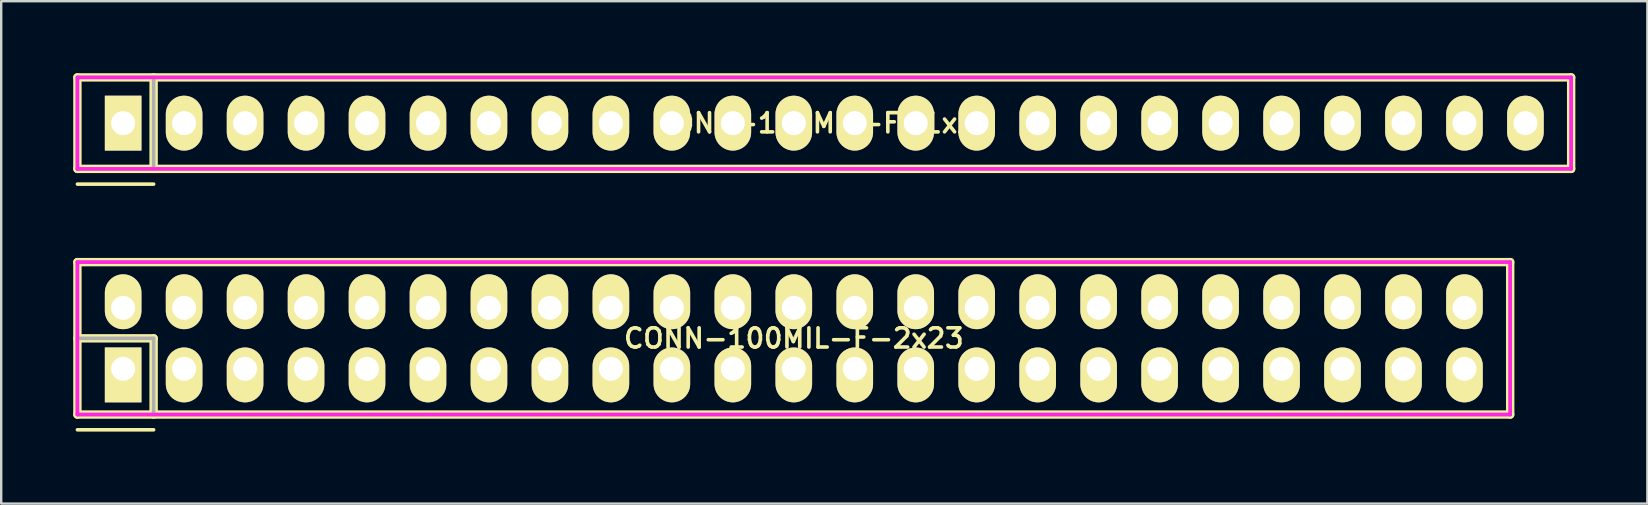
<source format=kicad_pcb>
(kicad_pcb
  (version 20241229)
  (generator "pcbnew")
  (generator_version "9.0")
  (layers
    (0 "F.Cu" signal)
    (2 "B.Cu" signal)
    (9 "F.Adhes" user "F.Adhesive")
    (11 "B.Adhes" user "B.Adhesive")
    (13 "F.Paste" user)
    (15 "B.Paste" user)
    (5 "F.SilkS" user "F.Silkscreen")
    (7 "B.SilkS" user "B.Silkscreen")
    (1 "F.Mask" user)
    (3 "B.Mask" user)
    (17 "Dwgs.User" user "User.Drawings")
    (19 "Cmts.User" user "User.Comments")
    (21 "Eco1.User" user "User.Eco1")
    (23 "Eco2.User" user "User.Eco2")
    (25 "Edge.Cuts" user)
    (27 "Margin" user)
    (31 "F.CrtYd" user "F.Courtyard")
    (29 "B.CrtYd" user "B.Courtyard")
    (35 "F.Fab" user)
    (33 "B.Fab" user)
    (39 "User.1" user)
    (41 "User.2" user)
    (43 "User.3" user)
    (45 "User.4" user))
  (footprint "CONN-100MIL-F-1x24"
    (layer "F.Cu")
    (at 31.29 2.08)
    (property "Reference" "CONN-100MIL-F-1x24" (at 0 0 0) (layer "F.SilkS") (effects (font (size 0.8 0.8) (thickness 0.15))))
    (attr through_hole)
    (fp_line (start -31.115 -1.905) (end 31.115 -1.905) (stroke (width 0.35) (type solid)) (layer "F.SilkS"))
    (fp_line (start -31.115 1.905) (end -31.115 -1.905) (stroke (width 0.35) (type solid)) (layer "F.SilkS"))
    (fp_line (start -31.115 2.54) (end -27.94 2.54) (stroke (width 0.15) (type solid)) (layer "F.SilkS"))
    (fp_line (start -27.94 -1.905) (end -27.94 1.905) (stroke (width 0.35) (type solid)) (layer "F.SilkS"))
    (fp_line (start 31.115 -1.905) (end 31.115 1.905) (stroke (width 0.35) (type solid)) (layer "F.SilkS"))
    (fp_line (start 31.115 1.905) (end -31.115 1.905) (stroke (width 0.35) (type solid)) (layer "F.SilkS"))
    (fp_line (start -31.115 -1.905) (end 31.115 -1.905) (stroke (width 0.15) (type solid)) (layer "F.CrtYd"))
    (fp_line (start -31.115 1.905) (end -31.115 -1.905) (stroke (width 0.15) (type solid)) (layer "F.CrtYd"))
    (fp_line (start 31.115 -1.905) (end 31.115 1.905) (stroke (width 0.15) (type solid)) (layer "F.CrtYd"))
    (fp_line (start 31.115 1.905) (end -31.115 1.905) (stroke (width 0.15) (type solid)) (layer "F.CrtYd"))
    (fp_line (start -31.115 -1.905) (end 31.115 -1.905) (stroke (width 0.15) (type solid)) (layer "F.Fab"))
    (fp_line (start -31.115 1.905) (end -31.115 -1.905) (stroke (width 0.15) (type solid)) (layer "F.Fab"))
    (fp_line (start -27.94 -1.905) (end -27.94 1.905) (stroke (width 0.15) (type solid)) (layer "F.Fab"))
    (fp_line (start 31.115 -1.905) (end 31.115 1.905) (stroke (width 0.15) (type solid)) (layer "F.Fab"))
    (fp_line (start 31.115 1.905) (end -31.115 1.905) (stroke (width 0.15) (type solid)) (layer "F.Fab"))
    (pad "1" thru_hole rect (at -29.21 0) (size 1.524 2.286) (drill 1) (layers "*.Cu" "*.Mask" "F.SilkS"))
    (pad "2" thru_hole oval (at -26.67 0) (size 1.524 2.286) (drill 1) (layers "*.Cu" "*.Mask" "F.SilkS"))
    (pad "3" thru_hole oval (at -24.13 0) (size 1.524 2.286) (drill 1) (layers "*.Cu" "*.Mask" "F.SilkS"))
    (pad "4" thru_hole oval (at -21.59 0) (size 1.524 2.286) (drill 1) (layers "*.Cu" "*.Mask" "F.SilkS"))
    (pad "5" thru_hole oval (at -19.05 0) (size 1.524 2.286) (drill 1) (layers "*.Cu" "*.Mask" "F.SilkS"))
    (pad "6" thru_hole oval (at -16.51 0) (size 1.524 2.286) (drill 1) (layers "*.Cu" "*.Mask" "F.SilkS"))
    (pad "7" thru_hole oval (at -13.97 0) (size 1.524 2.286) (drill 1) (layers "*.Cu" "*.Mask" "F.SilkS"))
    (pad "8" thru_hole oval (at -11.43 0) (size 1.524 2.286) (drill 1) (layers "*.Cu" "*.Mask" "F.SilkS"))
    (pad "9" thru_hole oval (at -8.89 0) (size 1.524 2.286) (drill 1) (layers "*.Cu" "*.Mask" "F.SilkS"))
    (pad "10" thru_hole oval (at -6.35 0) (size 1.524 2.286) (drill 1) (layers "*.Cu" "*.Mask" "F.SilkS"))
    (pad "11" thru_hole oval (at -3.81 0) (size 1.524 2.286) (drill 1) (layers "*.Cu" "*.Mask" "F.SilkS"))
    (pad "12" thru_hole oval (at -1.27 0) (size 1.524 2.286) (drill 1) (layers "*.Cu" "*.Mask" "F.SilkS"))
    (pad "13" thru_hole oval (at 1.27 0) (size 1.524 2.286) (drill 1) (layers "*.Cu" "*.Mask" "F.SilkS"))
    (pad "14" thru_hole oval (at 3.81 0) (size 1.524 2.286) (drill 1) (layers "*.Cu" "*.Mask" "F.SilkS"))
    (pad "15" thru_hole oval (at 6.35 0) (size 1.524 2.286) (drill 1) (layers "*.Cu" "*.Mask" "F.SilkS"))
    (pad "16" thru_hole oval (at 8.89 0) (size 1.524 2.286) (drill 1) (layers "*.Cu" "*.Mask" "F.SilkS"))
    (pad "17" thru_hole oval (at 11.43 0) (size 1.524 2.286) (drill 1) (layers "*.Cu" "*.Mask" "F.SilkS"))
    (pad "18" thru_hole oval (at 13.97 0) (size 1.524 2.286) (drill 1) (layers "*.Cu" "*.Mask" "F.SilkS"))
    (pad "19" thru_hole oval (at 16.51 0) (size 1.524 2.286) (drill 1) (layers "*.Cu" "*.Mask" "F.SilkS"))
    (pad "20" thru_hole oval (at 19.05 0) (size 1.524 2.286) (drill 1) (layers "*.Cu" "*.Mask" "F.SilkS"))
    (pad "21" thru_hole oval (at 21.59 0) (size 1.524 2.286) (drill 1) (layers "*.Cu" "*.Mask" "F.SilkS"))
    (pad "22" thru_hole oval (at 24.13 0) (size 1.524 2.286) (drill 1) (layers "*.Cu" "*.Mask" "F.SilkS"))
    (pad "23" thru_hole oval (at 26.67 0) (size 1.524 2.286) (drill 1) (layers "*.Cu" "*.Mask" "F.SilkS"))
    (pad "24" thru_hole oval (at 29.21 0) (size 1.524 2.286) (drill 1) (layers "*.Cu" "*.Mask" "F.SilkS")))
  (footprint "CONN-100MIL-F-2x23"
    (layer "F.Cu")
    (at 30.02 11.045)
    (property "Reference" "CONN-100MIL-F-2x23" (at 0 0 0) (layer "F.SilkS") (effects (font (size 0.8 0.8) (thickness 0.15))))
    (attr through_hole)
    (fp_line (start -29.845 -3.175) (end 29.845 -3.175) (stroke (width 0.35) (type solid)) (layer "F.SilkS"))
    (fp_line (start -29.845 0) (end -26.67 0) (stroke (width 0.35) (type solid)) (layer "F.SilkS"))
    (fp_line (start -29.845 3.175) (end -29.845 -3.175) (stroke (width 0.35) (type solid)) (layer "F.SilkS"))
    (fp_line (start -29.845 3.81) (end -26.67 3.81) (stroke (width 0.15) (type solid)) (layer "F.SilkS"))
    (fp_line (start -26.67 0) (end -26.67 3.175) (stroke (width 0.35) (type solid)) (layer "F.SilkS"))
    (fp_line (start 29.845 -3.175) (end 29.845 3.175) (stroke (width 0.35) (type solid)) (layer "F.SilkS"))
    (fp_line (start 29.845 3.175) (end -29.845 3.175) (stroke (width 0.35) (type solid)) (layer "F.SilkS"))
    (fp_line (start -29.845 -3.175) (end 29.845 -3.175) (stroke (width 0.15) (type solid)) (layer "F.CrtYd"))
    (fp_line (start -29.845 3.175) (end -29.845 -3.175) (stroke (width 0.15) (type solid)) (layer "F.CrtYd"))
    (fp_line (start 29.845 -3.175) (end 29.845 3.175) (stroke (width 0.15) (type solid)) (layer "F.CrtYd"))
    (fp_line (start 29.845 3.175) (end -29.845 3.175) (stroke (width 0.15) (type solid)) (layer "F.CrtYd"))
    (fp_line (start -29.845 -3.175) (end 29.845 -3.175) (stroke (width 0.15) (type solid)) (layer "F.Fab"))
    (fp_line (start -29.845 0) (end -26.67 0) (stroke (width 0.15) (type solid)) (layer "F.Fab"))
    (fp_line (start -29.845 3.175) (end -29.845 -3.175) (stroke (width 0.15) (type solid)) (layer "F.Fab"))
    (fp_line (start -26.67 0) (end -26.67 3.175) (stroke (width 0.15) (type solid)) (layer "F.Fab"))
    (fp_line (start 29.845 -3.175) (end 29.845 3.175) (stroke (width 0.15) (type solid)) (layer "F.Fab"))
    (fp_line (start 29.845 3.175) (end -29.845 3.175) (stroke (width 0.15) (type solid)) (layer "F.Fab"))
    (pad "1" thru_hole rect (at -27.94 1.27) (size 1.524 2.286) (drill 1 (offset 0 0.254)) (layers "*.Cu" "*.Mask" "F.SilkS"))
    (pad "2" thru_hole oval (at -27.94 -1.27) (size 1.524 2.286) (drill 1 (offset 0 -0.254)) (layers "*.Cu" "*.Mask" "F.SilkS"))
    (pad "3" thru_hole oval (at -25.4 1.27) (size 1.524 2.286) (drill 1 (offset 0 0.254)) (layers "*.Cu" "*.Mask" "F.SilkS"))
    (pad "4" thru_hole oval (at -25.4 -1.27) (size 1.524 2.286) (drill 1 (offset 0 -0.254)) (layers "*.Cu" "*.Mask" "F.SilkS"))
    (pad "5" thru_hole oval (at -22.86 1.27) (size 1.524 2.286) (drill 1 (offset 0 0.254)) (layers "*.Cu" "*.Mask" "F.SilkS"))
    (pad "6" thru_hole oval (at -22.86 -1.27) (size 1.524 2.286) (drill 1 (offset 0 -0.254)) (layers "*.Cu" "*.Mask" "F.SilkS"))
    (pad "7" thru_hole oval (at -20.32 1.27) (size 1.524 2.286) (drill 1 (offset 0 0.254)) (layers "*.Cu" "*.Mask" "F.SilkS"))
    (pad "8" thru_hole oval (at -20.32 -1.27) (size 1.524 2.286) (drill 1 (offset 0 -0.254)) (layers "*.Cu" "*.Mask" "F.SilkS"))
    (pad "9" thru_hole oval (at -17.78 1.27) (size 1.524 2.286) (drill 1 (offset 0 0.254)) (layers "*.Cu" "*.Mask" "F.SilkS"))
    (pad "10" thru_hole oval (at -17.78 -1.27) (size 1.524 2.286) (drill 1 (offset 0 -0.254)) (layers "*.Cu" "*.Mask" "F.SilkS"))
    (pad "11" thru_hole oval (at -15.24 1.27) (size 1.524 2.286) (drill 1 (offset 0 0.254)) (layers "*.Cu" "*.Mask" "F.SilkS"))
    (pad "12" thru_hole oval (at -15.24 -1.27) (size 1.524 2.286) (drill 1 (offset 0 -0.254)) (layers "*.Cu" "*.Mask" "F.SilkS"))
    (pad "13" thru_hole oval (at -12.7 1.27) (size 1.524 2.286) (drill 1 (offset 0 0.254)) (layers "*.Cu" "*.Mask" "F.SilkS"))
    (pad "14" thru_hole oval (at -12.7 -1.27) (size 1.524 2.286) (drill 1 (offset 0 -0.254)) (layers "*.Cu" "*.Mask" "F.SilkS"))
    (pad "15" thru_hole oval (at -10.16 1.27) (size 1.524 2.286) (drill 1 (offset 0 0.254)) (layers "*.Cu" "*.Mask" "F.SilkS"))
    (pad "16" thru_hole oval (at -10.16 -1.27) (size 1.524 2.286) (drill 1 (offset 0 -0.254)) (layers "*.Cu" "*.Mask" "F.SilkS"))
    (pad "17" thru_hole oval (at -7.62 1.27) (size 1.524 2.286) (drill 1 (offset 0 0.254)) (layers "*.Cu" "*.Mask" "F.SilkS"))
    (pad "18" thru_hole oval (at -7.62 -1.27) (size 1.524 2.286) (drill 1 (offset 0 -0.254)) (layers "*.Cu" "*.Mask" "F.SilkS"))
    (pad "19" thru_hole oval (at -5.08 1.27) (size 1.524 2.286) (drill 1 (offset 0 0.254)) (layers "*.Cu" "*.Mask" "F.SilkS"))
    (pad "20" thru_hole oval (at -5.08 -1.27) (size 1.524 2.286) (drill 1 (offset 0 -0.254)) (layers "*.Cu" "*.Mask" "F.SilkS"))
    (pad "21" thru_hole oval (at -2.54 1.27) (size 1.524 2.286) (drill 1 (offset 0 0.254)) (layers "*.Cu" "*.Mask" "F.SilkS"))
    (pad "22" thru_hole oval (at -2.54 -1.27) (size 1.524 2.286) (drill 1 (offset 0 -0.254)) (layers "*.Cu" "*.Mask" "F.SilkS"))
    (pad "23" thru_hole oval (at 0 1.27) (size 1.524 2.286) (drill 1 (offset 0 0.254)) (layers "*.Cu" "*.Mask" "F.SilkS"))
    (pad "24" thru_hole oval (at 0 -1.27) (size 1.524 2.286) (drill 1 (offset 0 -0.254)) (layers "*.Cu" "*.Mask" "F.SilkS"))
    (pad "25" thru_hole oval (at 2.54 1.27) (size 1.524 2.286) (drill 1 (offset 0 0.254)) (layers "*.Cu" "*.Mask" "F.SilkS"))
    (pad "26" thru_hole oval (at 2.54 -1.27) (size 1.524 2.286) (drill 1 (offset 0 -0.254)) (layers "*.Cu" "*.Mask" "F.SilkS"))
    (pad "27" thru_hole oval (at 5.08 1.27) (size 1.524 2.286) (drill 1 (offset 0 0.254)) (layers "*.Cu" "*.Mask" "F.SilkS"))
    (pad "28" thru_hole oval (at 5.08 -1.27) (size 1.524 2.286) (drill 1 (offset 0 -0.254)) (layers "*.Cu" "*.Mask" "F.SilkS"))
    (pad "29" thru_hole oval (at 7.62 1.27) (size 1.524 2.286) (drill 1 (offset 0 0.254)) (layers "*.Cu" "*.Mask" "F.SilkS"))
    (pad "30" thru_hole oval (at 7.62 -1.27) (size 1.524 2.286) (drill 1 (offset 0 -0.254)) (layers "*.Cu" "*.Mask" "F.SilkS"))
    (pad "31" thru_hole oval (at 10.16 1.27) (size 1.524 2.286) (drill 1 (offset 0 0.254)) (layers "*.Cu" "*.Mask" "F.SilkS"))
    (pad "32" thru_hole oval (at 10.16 -1.27) (size 1.524 2.286) (drill 1 (offset 0 -0.254)) (layers "*.Cu" "*.Mask" "F.SilkS"))
    (pad "33" thru_hole oval (at 12.7 1.27) (size 1.524 2.286) (drill 1 (offset 0 0.254)) (layers "*.Cu" "*.Mask" "F.SilkS"))
    (pad "34" thru_hole oval (at 12.7 -1.27) (size 1.524 2.286) (drill 1 (offset 0 -0.254)) (layers "*.Cu" "*.Mask" "F.SilkS"))
    (pad "35" thru_hole oval (at 15.24 1.27) (size 1.524 2.286) (drill 1 (offset 0 0.254)) (layers "*.Cu" "*.Mask" "F.SilkS"))
    (pad "36" thru_hole oval (at 15.24 -1.27) (size 1.524 2.286) (drill 1 (offset 0 -0.254)) (layers "*.Cu" "*.Mask" "F.SilkS"))
    (pad "37" thru_hole oval (at 17.78 1.27) (size 1.524 2.286) (drill 1 (offset 0 0.254)) (layers "*.Cu" "*.Mask" "F.SilkS"))
    (pad "38" thru_hole oval (at 17.78 -1.27) (size 1.524 2.286) (drill 1 (offset 0 -0.254)) (layers "*.Cu" "*.Mask" "F.SilkS"))
    (pad "39" thru_hole oval (at 20.32 1.27) (size 1.524 2.286) (drill 1 (offset 0 0.254)) (layers "*.Cu" "*.Mask" "F.SilkS"))
    (pad "40" thru_hole oval (at 20.32 -1.27) (size 1.524 2.286) (drill 1 (offset 0 -0.254)) (layers "*.Cu" "*.Mask" "F.SilkS"))
    (pad "41" thru_hole oval (at 22.86 1.27) (size 1.524 2.286) (drill 1 (offset 0 0.254)) (layers "*.Cu" "*.Mask" "F.SilkS"))
    (pad "42" thru_hole oval (at 22.86 -1.27) (size 1.524 2.286) (drill 1 (offset 0 -0.254)) (layers "*.Cu" "*.Mask" "F.SilkS"))
    (pad "43" thru_hole oval (at 25.4 1.27) (size 1.524 2.286) (drill 1 (offset 0 0.254)) (layers "*.Cu" "*.Mask" "F.SilkS"))
    (pad "44" thru_hole oval (at 25.4 -1.27) (size 1.524 2.286) (drill 1 (offset 0 -0.254)) (layers "*.Cu" "*.Mask" "F.SilkS"))
    (pad "45" thru_hole oval (at 27.94 1.27) (size 1.524 2.286) (drill 1 (offset 0 0.254)) (layers "*.Cu" "*.Mask" "F.SilkS"))
    (pad "46" thru_hole oval (at 27.94 -1.27) (size 1.524 2.286) (drill 1 (offset 0 -0.254)) (layers "*.Cu" "*.Mask" "F.SilkS")))
  (gr_rect
    (start -3 -3)
    (end 65.58 17.93)
    (stroke (width 0.1) (type default))
    (fill no)
    (layer "Edge.Cuts")))
</source>
